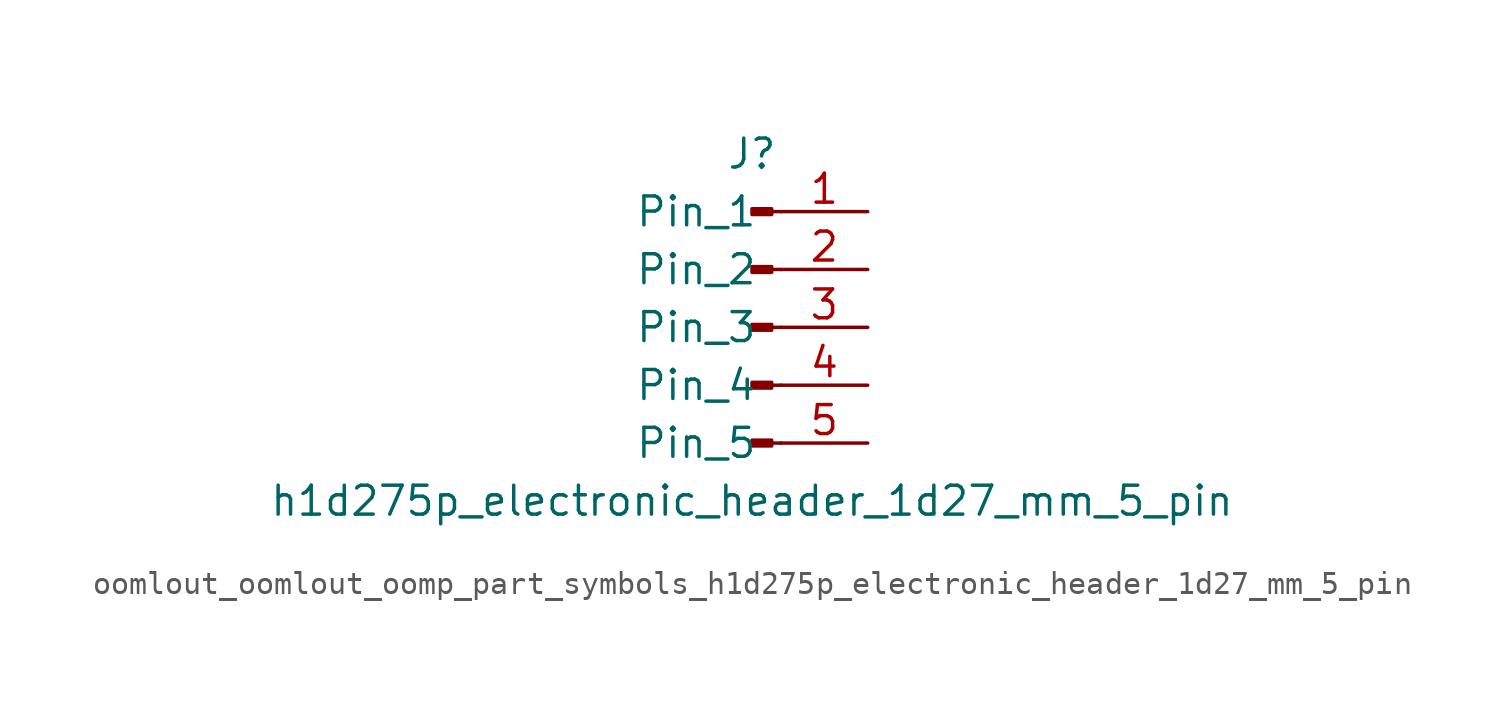
<source format=kicad_sym>
(kicad_symbol_lib
  (version 20220914)
  (generator kicad_symbol_editor)
  (symbol "oomlout_oomlout_oomp_part_symbols_h1d275p_electronic_header_1d27_mm_5_pin"
    (pin_names
      (offset 1.016))
    (property "Reference" "J"
      (at 0 7.62 0)
      (effects (font (size 1.27 1.27))))
    (property "Value" "h1d275p_electronic_header_1d27_mm_5_pin"
      (at 0 -7.62 0)
      (effects (font (size 1.27 1.27))))
    (property "ki_locked" ""
      (at 0 0 0)
      (effects (font (size 1.27 1.27))))
    (symbol "oomlout_oomlout_oomp_part_symbols_h1d275p_electronic_header_1d27_mm_5_pin_1_1"
      (polyline (pts (xy 1.27 -5.08) (xy 0.864 -5.08)) (stroke (width 0.152) (type default)) (fill (type none)))
      (polyline (pts (xy 1.27 -2.54) (xy 0.864 -2.54)) (stroke (width 0.152) (type default)) (fill (type none)))
      (polyline (pts (xy 1.27 0) (xy 0.864 0)) (stroke (width 0.152) (type default)) (fill (type none)))
      (polyline (pts (xy 1.27 2.54) (xy 0.864 2.54)) (stroke (width 0.152) (type default)) (fill (type none)))
      (polyline (pts (xy 1.27 5.08) (xy 0.864 5.08)) (stroke (width 0.152) (type default)) (fill (type none)))
      (rectangle (start 0.864 -4.953) (end 0 -5.207) (stroke (width 0.152) (type default)) (fill (type outline)))
      (rectangle (start 0.864 -2.413) (end 0 -2.667) (stroke (width 0.152) (type default)) (fill (type outline)))
      (rectangle (start 0.864 0.127) (end 0 -0.127) (stroke (width 0.152) (type default)) (fill (type outline)))
      (rectangle (start 0.864 2.667) (end 0 2.413) (stroke (width 0.152) (type default)) (fill (type outline)))
      (rectangle (start 0.864 5.207) (end 0 4.953) (stroke (width 0.152) (type default)) (fill (type outline)))
      (pin passive line (at 5.08 5.08 180) (length 3.81) (name "Pin_1" (effects (font (size 1.27 1.27)))) (number "1" (effects (font (size 1.27 1.27)))))
      (pin passive line (at 5.08 2.54 180) (length 3.81) (name "Pin_2" (effects (font (size 1.27 1.27)))) (number "2" (effects (font (size 1.27 1.27)))))
      (pin passive line (at 5.08 0 180) (length 3.81) (name "Pin_3" (effects (font (size 1.27 1.27)))) (number "3" (effects (font (size 1.27 1.27)))))
      (pin passive line (at 5.08 -2.54 180) (length 3.81) (name "Pin_4" (effects (font (size 1.27 1.27)))) (number "4" (effects (font (size 1.27 1.27)))))
      (pin passive line (at 5.08 -5.08 180) (length 3.81) (name "Pin_5" (effects (font (size 1.27 1.27)))) (number "5" (effects (font (size 1.27 1.27))))))))
</source>
